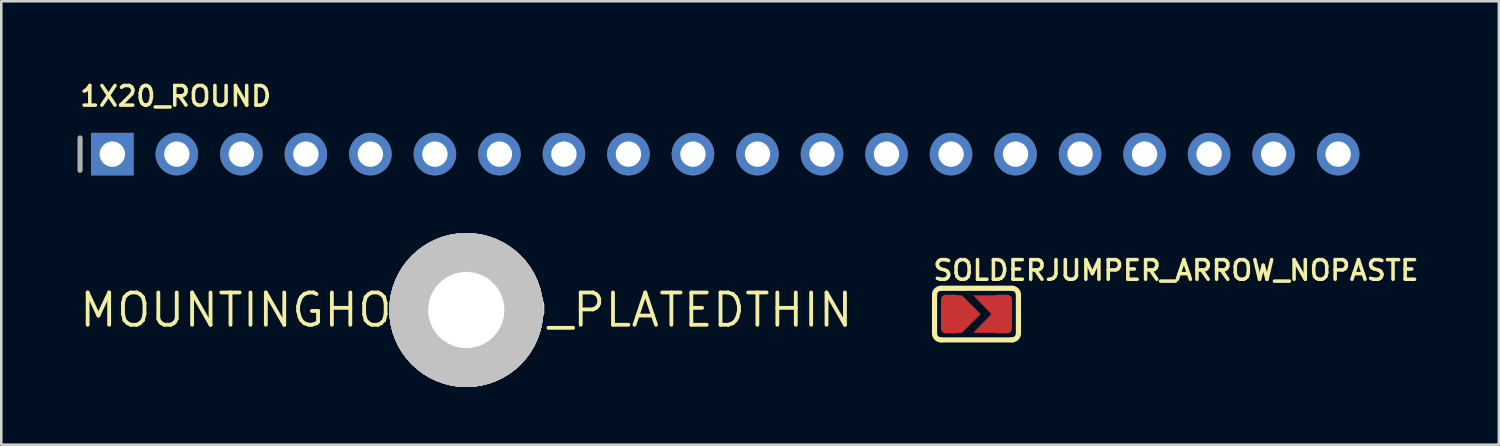
<source format=kicad_pcb>
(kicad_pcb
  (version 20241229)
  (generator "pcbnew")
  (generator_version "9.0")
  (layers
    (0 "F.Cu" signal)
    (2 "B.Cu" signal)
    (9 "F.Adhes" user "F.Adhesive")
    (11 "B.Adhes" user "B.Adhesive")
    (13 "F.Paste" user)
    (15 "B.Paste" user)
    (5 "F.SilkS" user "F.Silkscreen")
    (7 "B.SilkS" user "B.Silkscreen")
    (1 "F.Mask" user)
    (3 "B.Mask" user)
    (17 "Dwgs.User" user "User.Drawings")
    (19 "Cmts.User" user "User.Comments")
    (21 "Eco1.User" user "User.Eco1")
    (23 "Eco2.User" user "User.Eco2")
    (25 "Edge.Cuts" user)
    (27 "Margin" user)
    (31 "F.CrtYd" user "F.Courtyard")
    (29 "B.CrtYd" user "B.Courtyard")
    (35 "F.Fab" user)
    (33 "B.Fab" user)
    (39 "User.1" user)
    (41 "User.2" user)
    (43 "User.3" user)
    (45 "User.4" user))
  (footprint "SOLDERJUMPER_ARROW_NOPASTE"
    (layer "F.Cu")
    (at 35.394 9.315)
    (property "Reference" "SOLDERJUMPER_ARROW_NOPASTE" (at -1.778 -1.27 0) (layer "F.SilkS") (effects (font (size 0.772 0.772) (thickness 0.139)) (justify left bottom)))
    (attr through_hole)
    (fp_poly (pts (xy -1.143 -0.737) (xy -0.572 -0.737) (xy 0.165 0) (xy -0.572 0.737) (xy -1.143 0.737)) (stroke (width 0) (type solid)) (fill yes) (layer "F.Cu"))
    (fp_poly (pts (xy -0.127 -0.737) (xy 0.584 0) (xy -0.127 0.737) (xy 1.143 0.737) (xy 1.143 -0.737)) (stroke (width 0) (type solid)) (fill yes) (layer "F.Cu"))
    (fp_poly (pts (xy -1.46 0.826) (xy 1.46 0.826) (xy 1.46 -0.826) (xy -1.46 -0.826)) (stroke (width 0) (type solid)) (fill yes) (layer "F.Mask"))
    (fp_line (start -1.651 0.762) (end -1.651 -0.762) (stroke (width 0.203) (type solid)) (layer "F.SilkS"))
    (fp_line (start -1.397 -1.016) (end 1.397 -1.016) (stroke (width 0.203) (type solid)) (layer "F.SilkS"))
    (fp_line (start 1.397 1.016) (end -1.397 1.016) (stroke (width 0.203) (type solid)) (layer "F.SilkS"))
    (fp_line (start 1.651 0.762) (end 1.651 -0.762) (stroke (width 0.203) (type solid)) (layer "F.SilkS"))
    (fp_arc (start -1.651 -0.762) (mid -1.576605 -0.941605) (end -1.397 -1.016) (stroke (width 0.2032) (type solid)) (layer "F.SilkS"))
    (fp_arc (start -1.397 1.016) (mid -1.576605 0.941605) (end -1.651 0.762) (stroke (width 0.2032) (type solid)) (layer "F.SilkS"))
    (fp_arc (start 1.397 -1.016) (mid 1.576605 -0.941605) (end 1.651 -0.762) (stroke (width 0.2032) (type solid)) (layer "F.SilkS"))
    (fp_arc (start 1.651 0.762) (mid 1.576605 0.941605) (end 1.397 1.016) (stroke (width 0.2032) (type solid)) (layer "F.SilkS"))
    (pad "1" smd roundrect (at -1.016 0) (size 0.762 1.524) (layers "F.Cu" "F.Mask") (roundrect_rratio 0.25))
    (pad "2" smd roundrect (at 1.016 0) (size 0.762 1.524) (layers "F.Cu" "F.Mask") (roundrect_rratio 0.25)))
  (footprint "1X20_ROUND"
    (layer "F.Cu")
    (at 25.502 3.018)
    (property "Reference" "1X20_ROUND" (at -25.476 -1.829 180) (layer "F.SilkS") (effects (font (size 0.772 0.772) (thickness 0.139)) (justify left bottom)))
    (attr through_hole)
    (fp_line (start -25.4 -0.635) (end -25.4 0.635) (stroke (width 0.203) (type solid)) (layer "F.Fab"))
    (fp_poly (pts (xy -24.384 0.254) (xy -23.876 0.254) (xy -23.876 -0.254) (xy -24.384 -0.254)) (stroke (width 0.1) (type solid)) (fill no) (layer "F.Fab"))
    (fp_poly (pts (xy -21.844 0.254) (xy -21.336 0.254) (xy -21.336 -0.254) (xy -21.844 -0.254)) (stroke (width 0.1) (type solid)) (fill no) (layer "F.Fab"))
    (fp_poly (pts (xy -19.304 0.254) (xy -18.796 0.254) (xy -18.796 -0.254) (xy -19.304 -0.254)) (stroke (width 0.1) (type solid)) (fill no) (layer "F.Fab"))
    (fp_poly (pts (xy -16.764 0.254) (xy -16.256 0.254) (xy -16.256 -0.254) (xy -16.764 -0.254)) (stroke (width 0.1) (type solid)) (fill no) (layer "F.Fab"))
    (fp_poly (pts (xy -14.224 0.254) (xy -13.716 0.254) (xy -13.716 -0.254) (xy -14.224 -0.254)) (stroke (width 0.1) (type solid)) (fill no) (layer "F.Fab"))
    (fp_poly (pts (xy -11.684 0.254) (xy -11.176 0.254) (xy -11.176 -0.254) (xy -11.684 -0.254)) (stroke (width 0.1) (type solid)) (fill no) (layer "F.Fab"))
    (fp_poly (pts (xy -9.144 0.254) (xy -8.636 0.254) (xy -8.636 -0.254) (xy -9.144 -0.254)) (stroke (width 0.1) (type solid)) (fill no) (layer "F.Fab"))
    (fp_poly (pts (xy -6.604 0.254) (xy -6.096 0.254) (xy -6.096 -0.254) (xy -6.604 -0.254)) (stroke (width 0.1) (type solid)) (fill no) (layer "F.Fab"))
    (fp_poly (pts (xy -4.064 0.254) (xy -3.556 0.254) (xy -3.556 -0.254) (xy -4.064 -0.254)) (stroke (width 0.1) (type solid)) (fill no) (layer "F.Fab"))
    (fp_poly (pts (xy -1.524 0.254) (xy -1.016 0.254) (xy -1.016 -0.254) (xy -1.524 -0.254)) (stroke (width 0.1) (type solid)) (fill no) (layer "F.Fab"))
    (fp_poly (pts (xy 1.016 0.254) (xy 1.524 0.254) (xy 1.524 -0.254) (xy 1.016 -0.254)) (stroke (width 0.1) (type solid)) (fill no) (layer "F.Fab"))
    (fp_poly (pts (xy 3.556 0.254) (xy 4.064 0.254) (xy 4.064 -0.254) (xy 3.556 -0.254)) (stroke (width 0.1) (type solid)) (fill no) (layer "F.Fab"))
    (fp_poly (pts (xy 6.096 0.254) (xy 6.604 0.254) (xy 6.604 -0.254) (xy 6.096 -0.254)) (stroke (width 0.1) (type solid)) (fill no) (layer "F.Fab"))
    (fp_poly (pts (xy 8.636 0.254) (xy 9.144 0.254) (xy 9.144 -0.254) (xy 8.636 -0.254)) (stroke (width 0.1) (type solid)) (fill no) (layer "F.Fab"))
    (fp_poly (pts (xy 11.176 0.254) (xy 11.684 0.254) (xy 11.684 -0.254) (xy 11.176 -0.254)) (stroke (width 0.1) (type solid)) (fill no) (layer "F.Fab"))
    (fp_poly (pts (xy 13.716 0.254) (xy 14.224 0.254) (xy 14.224 -0.254) (xy 13.716 -0.254)) (stroke (width 0.1) (type solid)) (fill no) (layer "F.Fab"))
    (fp_poly (pts (xy 16.256 0.254) (xy 16.764 0.254) (xy 16.764 -0.254) (xy 16.256 -0.254)) (stroke (width 0.1) (type solid)) (fill no) (layer "F.Fab"))
    (fp_poly (pts (xy 18.796 0.254) (xy 19.304 0.254) (xy 19.304 -0.254) (xy 18.796 -0.254)) (stroke (width 0.1) (type solid)) (fill no) (layer "F.Fab"))
    (fp_poly (pts (xy 21.336 0.254) (xy 21.844 0.254) (xy 21.844 -0.254) (xy 21.336 -0.254)) (stroke (width 0.1) (type solid)) (fill no) (layer "F.Fab"))
    (fp_poly (pts (xy 23.876 0.254) (xy 24.384 0.254) (xy 24.384 -0.254) (xy 23.876 -0.254)) (stroke (width 0.1) (type solid)) (fill no) (layer "F.Fab"))
    (pad "1" thru_hole rect (at -24.13 0 90) (size 1.676 1.676) (drill 1) (layers "*.Cu" "*.Mask"))
    (pad "2" thru_hole circle (at -21.59 0 90) (size 1.676 1.676) (drill 1) (layers "*.Cu" "*.Mask"))
    (pad "3" thru_hole circle (at -19.05 0 90) (size 1.676 1.676) (drill 1) (layers "*.Cu" "*.Mask"))
    (pad "4" thru_hole circle (at -16.51 0 90) (size 1.676 1.676) (drill 1) (layers "*.Cu" "*.Mask"))
    (pad "5" thru_hole circle (at -13.97 0 90) (size 1.676 1.676) (drill 1) (layers "*.Cu" "*.Mask"))
    (pad "6" thru_hole circle (at -11.43 0 90) (size 1.676 1.676) (drill 1) (layers "*.Cu" "*.Mask"))
    (pad "7" thru_hole circle (at -8.89 0 90) (size 1.676 1.676) (drill 1) (layers "*.Cu" "*.Mask"))
    (pad "8" thru_hole circle (at -6.35 0 90) (size 1.676 1.676) (drill 1) (layers "*.Cu" "*.Mask"))
    (pad "9" thru_hole circle (at -3.81 0 90) (size 1.676 1.676) (drill 1) (layers "*.Cu" "*.Mask"))
    (pad "10" thru_hole circle (at -1.27 0 90) (size 1.676 1.676) (drill 1) (layers "*.Cu" "*.Mask"))
    (pad "11" thru_hole circle (at 1.27 0 90) (size 1.676 1.676) (drill 1) (layers "*.Cu" "*.Mask"))
    (pad "12" thru_hole circle (at 3.81 0 90) (size 1.676 1.676) (drill 1) (layers "*.Cu" "*.Mask"))
    (pad "13" thru_hole circle (at 6.35 0 90) (size 1.676 1.676) (drill 1) (layers "*.Cu" "*.Mask"))
    (pad "14" thru_hole circle (at 8.89 0 90) (size 1.676 1.676) (drill 1) (layers "*.Cu" "*.Mask"))
    (pad "15" thru_hole circle (at 11.43 0 90) (size 1.676 1.676) (drill 1) (layers "*.Cu" "*.Mask"))
    (pad "16" thru_hole circle (at 13.97 0 90) (size 1.676 1.676) (drill 1) (layers "*.Cu" "*.Mask"))
    (pad "17" thru_hole circle (at 16.51 0 90) (size 1.676 1.676) (drill 1) (layers "*.Cu" "*.Mask"))
    (pad "18" thru_hole circle (at 19.05 0 90) (size 1.676 1.676) (drill 1) (layers "*.Cu" "*.Mask"))
    (pad "19" thru_hole circle (at 21.59 0 90) (size 1.676 1.676) (drill 1) (layers "*.Cu" "*.Mask"))
    (pad "20" thru_hole circle (at 24.13 0 90) (size 1.676 1.676) (drill 1) (layers "*.Cu" "*.Mask")))
  (footprint "MOUNTINGHOLE_3.0_PLATEDTHIN"
    (layer "F.Cu")
    (at 15.308 9.156)
    (property "Reference" "MOUNTINGHOLE_3.0_PLATEDTHIN" (at 0 0 0) (layer "F.SilkS") (effects (font (size 1.27 1.27) (thickness 0.15))))
    (attr through_hole)
    (fp_circle (center 0 0) (end 2.2 0) (stroke (width 0.2) (type solid)) (fill no) (layer "F.SilkS"))
    (fp_circle (center 0 0) (end 1 0) (stroke (width 2.032) (type solid)) (fill no) (layer "Dwgs.User"))
    (fp_circle (center 0 0) (end 1 0) (stroke (width 2.032) (type solid)) (fill no) (layer "Dwgs.User"))
    (fp_circle (center 0 0) (end 1 0) (stroke (width 2.032) (type solid)) (fill no) (layer "Dwgs.User"))
    (fp_circle (center 0 0) (end 1 0) (stroke (width 2.032) (type solid)) (fill no) (layer "Dwgs.User"))
    (fp_circle (center 0 0) (end 1 0) (stroke (width 2.032) (type solid)) (fill no) (layer "Dwgs.User"))
    (pad "P$1" thru_hole circle (at 0 0) (size 3.6 3.6) (drill 3) (layers "*.Cu" "*.Mask")))
  (gr_rect
    (start -3 -3)
    (end 55.961 14.456)
    (stroke (width 0.1) (type default))
    (fill no)
    (layer "Edge.Cuts")))
</source>
